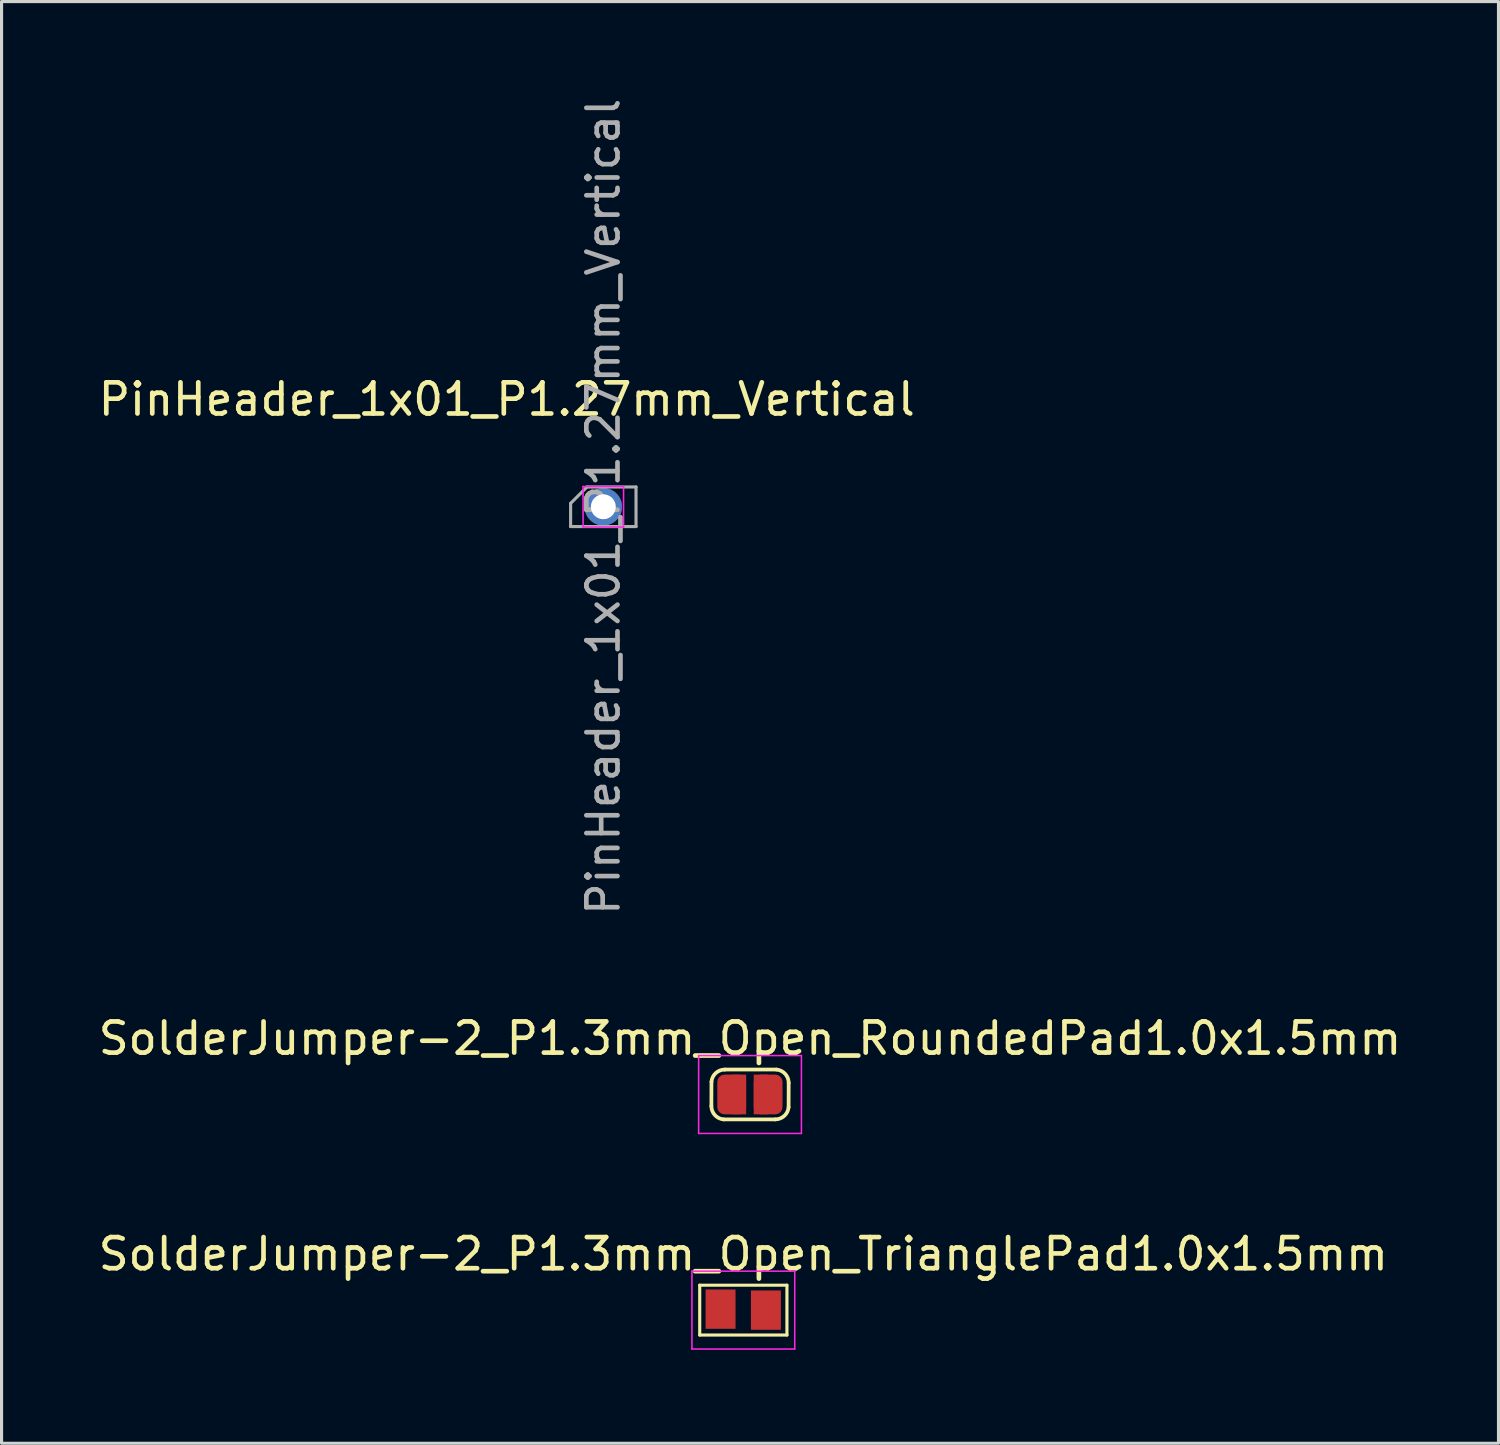
<source format=kicad_pcb>
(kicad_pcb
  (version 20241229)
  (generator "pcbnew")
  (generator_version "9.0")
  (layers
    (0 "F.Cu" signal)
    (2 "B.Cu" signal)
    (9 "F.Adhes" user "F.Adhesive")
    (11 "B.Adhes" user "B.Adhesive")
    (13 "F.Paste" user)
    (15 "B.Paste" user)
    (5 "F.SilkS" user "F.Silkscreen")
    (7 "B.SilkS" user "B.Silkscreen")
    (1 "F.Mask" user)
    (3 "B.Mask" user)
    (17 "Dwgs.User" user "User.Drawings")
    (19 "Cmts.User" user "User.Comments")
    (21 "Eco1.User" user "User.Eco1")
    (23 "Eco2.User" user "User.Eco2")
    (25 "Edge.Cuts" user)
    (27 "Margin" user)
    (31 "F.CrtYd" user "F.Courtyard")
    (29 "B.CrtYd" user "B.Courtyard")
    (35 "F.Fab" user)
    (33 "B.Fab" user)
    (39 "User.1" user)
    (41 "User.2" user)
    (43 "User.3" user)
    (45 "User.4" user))
  (footprint "SolderJumper-2_P1.3mm_Open_TrianglePad1.0x1.5mm"
    (layer "F.Cu")
    (at 20.815 39.012)
    (property "Reference" "SolderJumper-2_P1.3mm_Open_TrianglePad1.0x1.5mm" (at 0 -1.8 0) (layer "F.SilkS") (effects (font (size 1 1) (thickness 0.15))))
    (attr exclude_from_pos_files exclude_from_bom)
    (fp_line (start -1.4 -0.8) (end 1.4 -0.8) (stroke (width 0.1) (type solid)) (layer "F.SilkS"))
    (fp_line (start -1.4 0.8) (end -1.4 -0.8) (stroke (width 0.1) (type solid)) (layer "F.SilkS"))
    (fp_line (start 1.4 -0.8) (end 1.4 0.8) (stroke (width 0.1) (type solid)) (layer "F.SilkS"))
    (fp_line (start 1.4 0.8) (end -1.4 0.8) (stroke (width 0.1) (type solid)) (layer "F.SilkS"))
    (fp_line (start -1.65 -1.25) (end -1.65 1.25) (stroke (width 0.05) (type solid)) (layer "F.CrtYd"))
    (fp_line (start -1.65 -1.25) (end 1.65 -1.25) (stroke (width 0.05) (type solid)) (layer "F.CrtYd"))
    (fp_line (start 1.65 1.25) (end -1.65 1.25) (stroke (width 0.05) (type solid)) (layer "F.CrtYd"))
    (fp_line (start 1.65 1.25) (end 1.65 -1.25) (stroke (width 0.05) (type solid)) (layer "F.CrtYd"))
    (pad "1" smd rect (at -0.731 -0.031) (size 0.962 1.262) (layers "F.Cu" "F.Mask" "F.Paste"))
    (pad "2" smd rect (at 0.725 0) (size 0.962 1.262) (layers "F.Cu" "F.Mask" "F.Paste")))
  (footprint "PinHeader_1x01_P1.27mm_Vertical"
    (layer "F.Cu")
    (at 16.32 13.22)
    (property "Reference" "PinHeader_1x01_P1.27mm_Vertical" (at -3.1 -3.45 0) (layer "F.SilkS") (effects (font (size 1 1) (thickness 0.15))))
    (attr through_hole)
    (fp_line (start -0.65 -0.65) (end -0.65 0.65) (stroke (width 0.05) (type solid)) (layer "F.CrtYd"))
    (fp_line (start -0.65 0.65) (end 0.65 0.65) (stroke (width 0.05) (type solid)) (layer "F.CrtYd"))
    (fp_line (start 0.65 -0.65) (end -0.65 -0.65) (stroke (width 0.05) (type solid)) (layer "F.CrtYd"))
    (fp_line (start 0.65 0.65) (end 0.65 -0.65) (stroke (width 0.05) (type solid)) (layer "F.CrtYd"))
    (fp_line (start -1.05 -0.11) (end -0.525 -0.635) (stroke (width 0.1) (type solid)) (layer "F.Fab"))
    (fp_line (start -1.05 0.635) (end -1.05 -0.11) (stroke (width 0.1) (type solid)) (layer "F.Fab"))
    (fp_line (start -0.525 -0.635) (end 1.05 -0.635) (stroke (width 0.1) (type solid)) (layer "F.Fab"))
    (fp_line (start 1.05 -0.635) (end 1.05 0.635) (stroke (width 0.1) (type solid)) (layer "F.Fab"))
    (fp_line (start 1.05 0.635) (end -1.05 0.635) (stroke (width 0.1) (type solid)) (layer "F.Fab"))
    (fp_text user "${REFERENCE}" (at 0 0 90) (layer "F.Fab") (effects (font (size 1 1) (thickness 0.15))))
    (pad "1" thru_hole circle (at 0 0) (size 1.2 1.2) (drill 0.8) (layers "*.Cu" "*.Mask")))
  (footprint "SolderJumper-2_P1.3mm_Open_RoundedPad1.0x1.5mm"
    (layer "F.Cu")
    (at 21.03 32.089)
    (property "Reference" "SolderJumper-2_P1.3mm_Open_RoundedPad1.0x1.5mm" (at 0 -1.8 0) (layer "F.SilkS") (effects (font (size 1 1) (thickness 0.15))))
    (attr exclude_from_pos_files exclude_from_bom)
    (fp_line (start -1.241 0.372) (end -1.238 -0.409) (stroke (width 0.12) (type solid)) (layer "F.SilkS"))
    (fp_line (start -0.81 -0.8) (end 0.85 -0.8) (stroke (width 0.12) (type solid)) (layer "F.SilkS"))
    (fp_line (start 0.81 0.8) (end -0.85 0.8) (stroke (width 0.12) (type solid)) (layer "F.SilkS"))
    (fp_line (start 1.241 -0.372) (end 1.238 0.409) (stroke (width 0.12) (type solid)) (layer "F.SilkS"))
    (fp_arc (start -1.238306 -0.408827) (mid -1.1 -0.687493) (end -0.809957 -0.8) (stroke (width 0.12) (type solid)) (layer "F.SilkS"))
    (fp_arc (start -0.85 0.8) (mid -1.128666 0.661694) (end -1.241173 0.371651) (stroke (width 0.12) (type solid)) (layer "F.SilkS"))
    (fp_arc (start 0.85 -0.8) (mid 1.128666 -0.661694) (end 1.241173 -0.371651) (stroke (width 0.12) (type solid)) (layer "F.SilkS"))
    (fp_arc (start 1.238306 0.408827) (mid 1.1 0.687493) (end 0.809957 0.8) (stroke (width 0.12) (type solid)) (layer "F.SilkS"))
    (fp_line (start -1.65 -1.25) (end -1.65 1.25) (stroke (width 0.05) (type solid)) (layer "F.CrtYd"))
    (fp_line (start -1.65 -1.25) (end 1.65 -1.25) (stroke (width 0.05) (type solid)) (layer "F.CrtYd"))
    (fp_line (start 1.65 1.25) (end -1.65 1.25) (stroke (width 0.05) (type solid)) (layer "F.CrtYd"))
    (fp_line (start 1.65 1.25) (end 1.65 -1.25) (stroke (width 0.05) (type solid)) (layer "F.CrtYd"))
    (pad "1" smd roundrect (at -0.588 0) (size 0.925 1.275) (layers "F.Cu" "F.Mask") (roundrect_rratio 0.25))
    (pad "1" smd rect (at -0.356 0) (size 0.463 1.275) (layers "F.Cu" "F.Mask"))
    (pad "2" smd rect (at 0.35 0 180) (size 0.463 1.275) (layers "F.Cu" "F.Mask"))
    (pad "2" smd roundrect (at 0.581 0 180) (size 0.925 1.275) (layers "F.Cu" "F.Mask") (roundrect_rratio 0.25)))
  (gr_rect
    (start -3 -3)
    (end 45.06 43.287)
    (stroke (width 0.1) (type default))
    (fill no)
    (layer "Edge.Cuts")))
</source>
